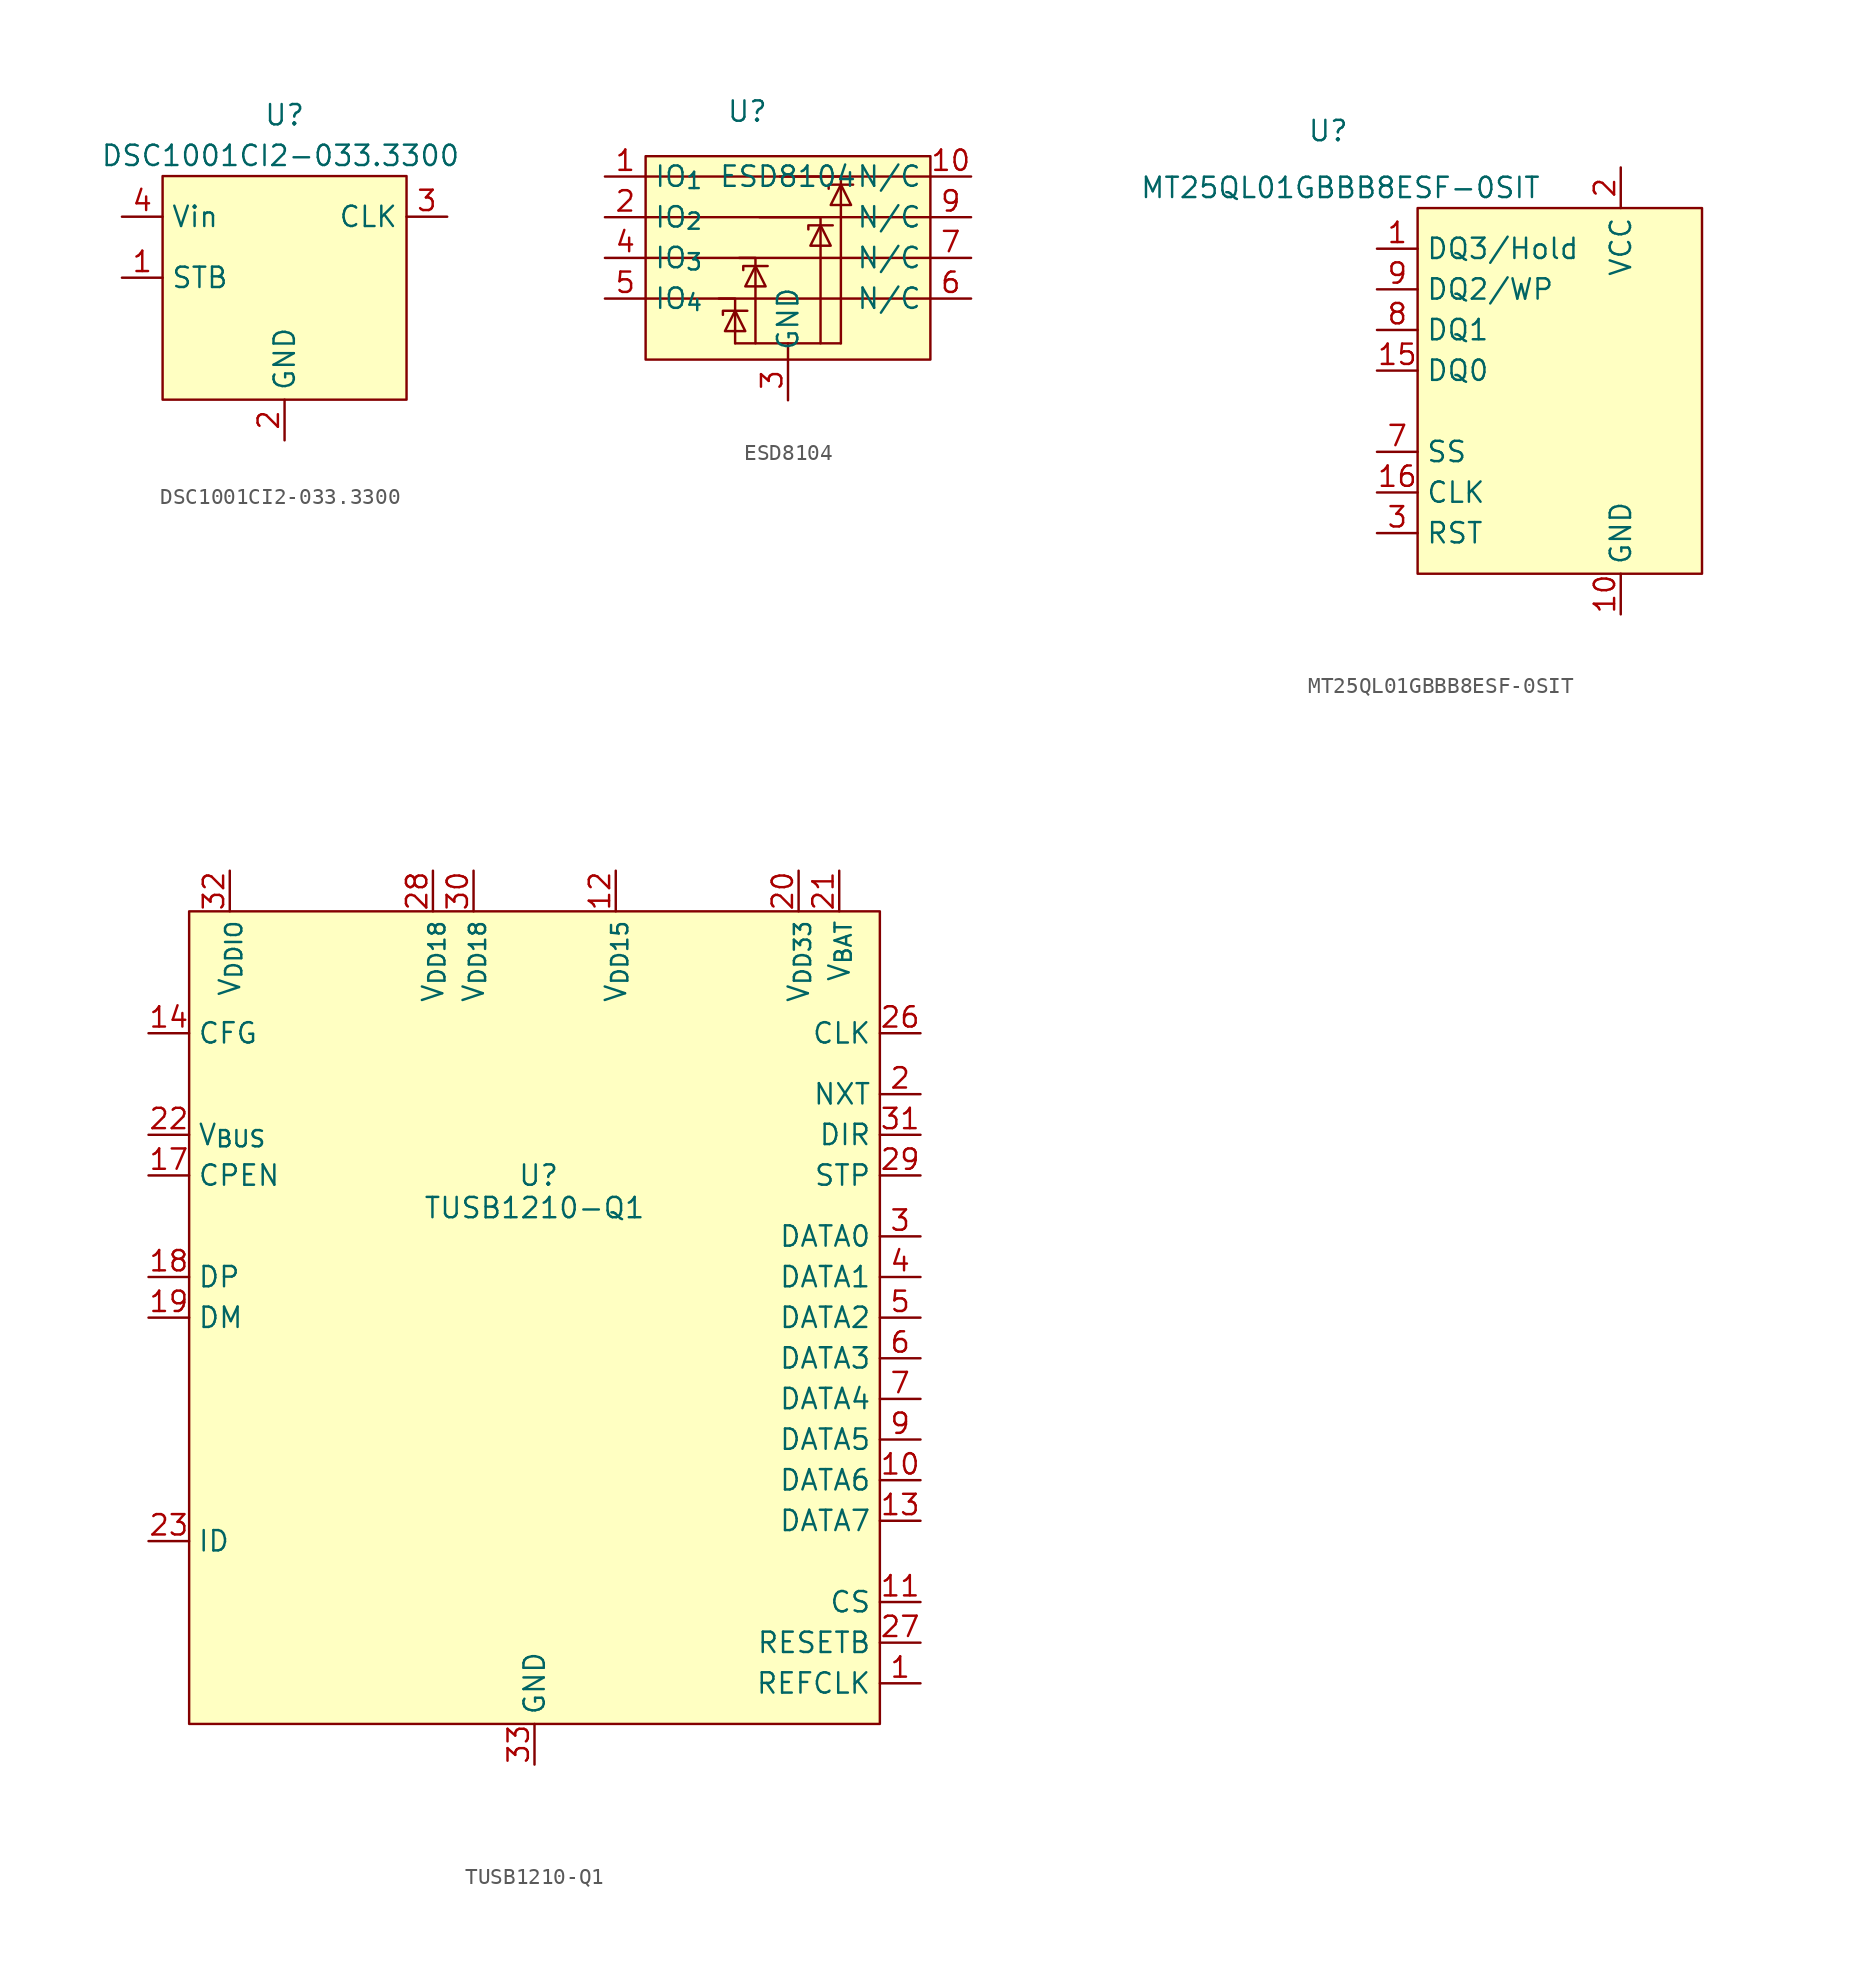
<source format=kicad_sym>
(kicad_symbol_lib
  (version 20241209)
  (generator "kicad_symbol_editor")
  (generator_version "9.0")
  (symbol "DSC1001CI2-033.3300"
    (property "Reference" "U"
      (at 0 10.16 0)
      (effects (font (size 1.27 1.27))))
    (property "Value" "DSC1001CI2-033.3300"
      (at -0.254 7.62 0)
      (effects (font (size 1.27 1.27))))
    (symbol "DSC1001CI2-033.3300_1_1"
      (rectangle (start -7.62 6.35) (end 7.62 -7.62) (stroke (width 0) (type solid)) (fill (type background)))
      (pin power_in line (at -10.16 3.81 0) (length 2.54) (name "Vin" (effects (font (size 1.27 1.27)))) (number "4" (effects (font (size 1.27 1.27)))))
      (pin input line (at -10.16 0 0) (length 2.54) (name "STB" (effects (font (size 1.27 1.27)))) (number "1" (effects (font (size 1.27 1.27)))))
      (pin power_in line (at 0 -10.16 90) (length 2.54) (name "GND" (effects (font (size 1.27 1.27)))) (number "2" (effects (font (size 1.27 1.27)))))
      (pin output line (at 10.16 3.81 180) (length 2.54) (name "CLK" (effects (font (size 1.27 1.27)))) (number "3" (effects (font (size 1.27 1.27)))))))
  (symbol "ESD8104"
    (property "Reference" "U"
      (at -2.54 4.064 0)
      (effects (font (size 1.27 1.27))))
    (property "Value" "ESD8104"
      (at 0 0 0)
      (effects (font (size 1.27 1.27))))
    (symbol "ESD8104_0_1"
      (polyline (pts (xy -4.064 -8.636) (xy -4.064 -8.382) (xy -2.667 -8.382) (xy -2.54 -8.382)) (stroke (width 0) (type default)) (fill (type none)))
      (polyline (pts (xy -3.302 -8.382) (xy -2.667 -9.652) (xy -3.937 -9.652) (xy -3.302 -8.382)) (stroke (width 0) (type default)) (fill (type none)))
      (polyline (pts (xy -2.794 -5.842) (xy -2.794 -5.588) (xy -1.397 -5.588) (xy -1.27 -5.588)) (stroke (width 0) (type default)) (fill (type none)))
      (polyline (pts (xy -2.032 -5.588) (xy -1.397 -6.858) (xy -2.667 -6.858) (xy -2.032 -5.588)) (stroke (width 0) (type default)) (fill (type none)))
      (polyline (pts (xy 1.27 -3.302) (xy 1.27 -3.048) (xy 2.667 -3.048) (xy 2.794 -3.048)) (stroke (width 0) (type default)) (fill (type none)))
      (polyline (pts (xy 2.032 -3.048) (xy 2.667 -4.318) (xy 1.397 -4.318) (xy 2.032 -3.048)) (stroke (width 0) (type default)) (fill (type none)))
      (polyline (pts (xy 2.54 -0.762) (xy 2.54 -0.508) (xy 3.937 -0.508) (xy 4.064 -0.508)) (stroke (width 0) (type default)) (fill (type none)))
      (polyline (pts (xy 3.302 -0.508) (xy 3.937 -1.778) (xy 2.667 -1.778) (xy 3.302 -0.508)) (stroke (width 0) (type default)) (fill (type none))))
    (symbol "ESD8104_1_1"
      (rectangle (start -8.89 1.27) (end 8.89 -11.43) (stroke (width 0) (type solid)) (fill (type background)))
      (polyline (pts (xy -8.89 0) (xy 3.302 0) (xy 3.302 -10.414)) (stroke (width 0) (type default)) (fill (type none)))
      (polyline (pts (xy -8.89 -2.54) (xy 2.032 -2.54) (xy 2.032 -10.414)) (stroke (width 0) (type default)) (fill (type none)))
      (polyline (pts (xy -8.89 -5.08) (xy -2.032 -5.08) (xy -2.032 -10.414)) (stroke (width 0) (type default)) (fill (type none)))
      (polyline (pts (xy -8.89 -7.62) (xy -3.302 -7.62) (xy -3.302 -10.414)) (stroke (width 0) (type default)) (fill (type none)))
      (polyline (pts (xy -4.318 -7.62) (xy 8.89 -7.62)) (stroke (width 0) (type default)) (fill (type none)))
      (polyline (pts (xy -3.302 -10.414) (xy 3.302 -10.414)) (stroke (width 0) (type default)) (fill (type none)))
      (polyline (pts (xy -3.048 -5.08) (xy 8.89 -5.08)) (stroke (width 0) (type default)) (fill (type none)))
      (polyline (pts (xy -1.778 -2.54) (xy 8.89 -2.54)) (stroke (width 0) (type default)) (fill (type none)))
      (polyline (pts (xy -0.508 0) (xy 8.89 0)) (stroke (width 0) (type default)) (fill (type none)))
      (polyline (pts (xy 0 -11.43) (xy 0 -10.414)) (stroke (width 0) (type default)) (fill (type none)))
      (pin bidirectional line (at -11.43 0 0) (length 2.54) (name "IO_{1}" (effects (font (size 1.27 1.27)))) (number "1" (effects (font (size 1.27 1.27)))))
      (pin bidirectional line (at -11.43 -2.54 0) (length 2.54) (name "IO_{2}" (effects (font (size 1.27 1.27)))) (number "2" (effects (font (size 1.27 1.27)))))
      (pin bidirectional line (at -11.43 -5.08 0) (length 2.54) (name "IO_{3}" (effects (font (size 1.27 1.27)))) (number "4" (effects (font (size 1.27 1.27)))))
      (pin bidirectional line (at -11.43 -7.62 0) (length 2.54) (name "IO_{4}" (effects (font (size 1.27 1.27)))) (number "5" (effects (font (size 1.27 1.27)))))
      (pin power_in line (at 0 -13.97 90) (length 2.54) (name "GND" (effects (font (size 1.27 1.27)))) (number "3" (effects (font (size 1.27 1.27)))))
      (pin bidirectional line (at 11.43 0 180) (length 2.54) (name "N/C" (effects (font (size 1.27 1.27)))) (number "10" (effects (font (size 1.27 1.27)))))
      (pin bidirectional line (at 11.43 -2.54 180) (length 2.54) (name "N/C" (effects (font (size 1.27 1.27)))) (number "9" (effects (font (size 1.27 1.27)))))
      (pin bidirectional line (at 11.43 -5.08 180) (length 2.54) (name "N/C" (effects (font (size 1.27 1.27)))) (number "7" (effects (font (size 1.27 1.27)))))
      (pin bidirectional line (at 11.43 -7.62 180) (length 2.54) (name "N/C" (effects (font (size 1.27 1.27)))) (number "6" (effects (font (size 1.27 1.27)))))))
  (symbol "MT25QL01GBBB8ESF-0SIT"
    (property "Reference" "U"
      (at -14.478 4.826 0)
      (effects (font (size 1.27 1.27))))
    (property "Value" "MT25QL01GBBB8ESF-0SIT"
      (at -13.716 1.27 0)
      (effects (font (size 1.27 1.27))))
    (symbol "MT25QL01GBBB8ESF-0SIT_1_1"
      (rectangle (start -8.89 0) (end 8.89 -22.86) (stroke (width 0) (type solid)) (fill (type background)))
      (pin bidirectional line (at -11.43 -2.54 0) (length 2.54) (name "DQ3/Hold" (effects (font (size 1.27 1.27)))) (number "1" (effects (font (size 1.27 1.27)))))
      (pin bidirectional line (at -11.43 -5.08 0) (length 2.54) (name "DQ2/WP" (effects (font (size 1.27 1.27)))) (number "9" (effects (font (size 1.27 1.27)))))
      (pin bidirectional line (at -11.43 -7.62 0) (length 2.54) (name "DQ1" (effects (font (size 1.27 1.27)))) (number "8" (effects (font (size 1.27 1.27)))))
      (pin bidirectional line (at -11.43 -10.16 0) (length 2.54) (name "DQ0" (effects (font (size 1.27 1.27)))) (number "15" (effects (font (size 1.27 1.27)))))
      (pin bidirectional line (at -11.43 -15.24 0) (length 2.54) (name "SS" (effects (font (size 1.27 1.27)))) (number "7" (effects (font (size 1.27 1.27)))))
      (pin bidirectional line (at -11.43 -17.78 0) (length 2.54) (name "CLK" (effects (font (size 1.27 1.27)))) (number "16" (effects (font (size 1.27 1.27)))))
      (pin bidirectional line (at -11.43 -20.32 0) (length 2.54) (name "RST" (effects (font (size 1.27 1.27)))) (number "3" (effects (font (size 1.27 1.27)))))
      (pin bidirectional line (at 3.81 2.54 270) (length 2.54) (name "VCC" (effects (font (size 1.27 1.27)))) (number "2" (effects (font (size 1.27 1.27)))))
      (pin bidirectional line (at 3.81 -25.4 90) (length 2.54) (name "GND" (effects (font (size 1.27 1.27)))) (number "10" (effects (font (size 1.27 1.27)))))
      (pin no_connect line (at 11.43 -2.54 180) (length 2.54) (hide yes) (name "NC" (effects (font (size 1.27 1.27)))) (number "4" (effects (font (size 1.27 1.27)))))
      (pin no_connect line (at 11.43 -5.08 180) (length 2.54) (hide yes) (name "NC" (effects (font (size 1.27 1.27)))) (number "5" (effects (font (size 1.27 1.27)))))
      (pin no_connect line (at 11.43 -7.62 180) (length 2.54) (hide yes) (name "NC" (effects (font (size 1.27 1.27)))) (number "6" (effects (font (size 1.27 1.27)))))
      (pin no_connect line (at 11.43 -10.16 180) (length 2.54) (hide yes) (name "NC" (effects (font (size 1.27 1.27)))) (number "11" (effects (font (size 1.27 1.27)))))
      (pin no_connect line (at 11.43 -12.7 180) (length 2.54) (hide yes) (name "NC" (effects (font (size 1.27 1.27)))) (number "12" (effects (font (size 1.27 1.27)))))
      (pin no_connect line (at 11.43 -15.24 180) (length 2.54) (hide yes) (name "NC" (effects (font (size 1.27 1.27)))) (number "13" (effects (font (size 1.27 1.27)))))
      (pin no_connect line (at 11.43 -17.78 180) (length 2.54) (hide yes) (name "NC" (effects (font (size 1.27 1.27)))) (number "14" (effects (font (size 1.27 1.27)))))))
  (symbol "TUSB1210-Q1"
    (property "Reference" "U"
      (at 0.254 1.27 0)
      (effects (font (size 1.27 1.27))))
    (property "Value" "TUSB1210-Q1"
      (at 0 -0.762 0)
      (effects (font (size 1.27 1.27))))
    (symbol "TUSB1210-Q1_1_1"
      (rectangle (start -21.59 17.78) (end 21.59 -33.02) (stroke (width 0) (type solid)) (fill (type background)))
      (pin input line (at -24.13 10.16 0) (length 2.54) (name "CFG" (effects (font (size 1.27 1.27)))) (number "14" (effects (font (size 1.27 1.27)))))
      (pin power_in line (at -24.13 3.81 0) (length 2.54) (name "V_{BUS}" (effects (font (size 1.27 1.27)))) (number "22" (effects (font (size 1.27 1.27)))))
      (pin input line (at -24.13 1.27 0) (length 2.54) (name "CPEN" (effects (font (size 1.27 1.27)))) (number "17" (effects (font (size 1.27 1.27)))))
      (pin input line (at -24.13 -5.08 0) (length 2.54) (name "DP" (effects (font (size 1.27 1.27)))) (number "18" (effects (font (size 1.27 1.27)))))
      (pin input line (at -24.13 -7.62 0) (length 2.54) (name "DM" (effects (font (size 1.27 1.27)))) (number "19" (effects (font (size 1.27 1.27)))))
      (pin input line (at -24.13 -21.59 0) (length 2.54) (name "ID" (effects (font (size 1.27 1.27)))) (number "23" (effects (font (size 1.27 1.27)))))
      (pin power_in line (at -19.05 20.32 270) (length 2.54) (name "V_{DDIO}" (effects (font (size 1.27 1.27)))) (number "32" (effects (font (size 1.27 1.27)))))
      (pin no_connect line (at -15.24 -35.56 90) (length 2.54) (hide yes) (name "N/C" (effects (font (size 1.27 1.27)))) (number "8" (effects (font (size 1.27 1.27)))))
      (pin no_connect line (at -12.7 -35.56 90) (length 2.54) (hide yes) (name "N/C" (effects (font (size 1.27 1.27)))) (number "15" (effects (font (size 1.27 1.27)))))
      (pin no_connect line (at -10.16 -35.56 90) (length 2.54) (hide yes) (name "N/C" (effects (font (size 1.27 1.27)))) (number "16" (effects (font (size 1.27 1.27)))))
      (pin no_connect line (at -7.62 -35.56 90) (length 2.54) (hide yes) (name "N/C" (effects (font (size 1.27 1.27)))) (number "24" (effects (font (size 1.27 1.27)))))
      (pin power_in line (at -6.35 20.32 270) (length 2.54) (name "V_{DD18}" (effects (font (size 1.27 1.27)))) (number "28" (effects (font (size 1.27 1.27)))))
      (pin no_connect line (at -5.08 -35.56 90) (length 2.54) (hide yes) (name "N/C" (effects (font (size 1.27 1.27)))) (number "25" (effects (font (size 1.27 1.27)))))
      (pin power_in line (at -3.81 20.32 270) (length 2.54) (name "V_{DD18}" (effects (font (size 1.27 1.27)))) (number "30" (effects (font (size 1.27 1.27)))))
      (pin power_in line (at 0 -35.56 90) (length 2.54) (name "GND" (effects (font (size 1.27 1.27)))) (number "33" (effects (font (size 1.27 1.27)))))
      (pin power_in line (at 5.08 20.32 270) (length 2.54) (name "V_{DD15}" (effects (font (size 1.27 1.27)))) (number "12" (effects (font (size 1.27 1.27)))))
      (pin power_in line (at 16.51 20.32 270) (length 2.54) (name "V_{DD33}" (effects (font (size 1.27 1.27)))) (number "20" (effects (font (size 1.27 1.27)))))
      (pin power_in line (at 19.05 20.32 270) (length 2.54) (name "V_{BAT}" (effects (font (size 1.27 1.27)))) (number "21" (effects (font (size 1.27 1.27)))))
      (pin input line (at 24.13 10.16 180) (length 2.54) (name "CLK" (effects (font (size 1.27 1.27)))) (number "26" (effects (font (size 1.27 1.27)))))
      (pin input line (at 24.13 6.35 180) (length 2.54) (name "NXT" (effects (font (size 1.27 1.27)))) (number "2" (effects (font (size 1.27 1.27)))))
      (pin input line (at 24.13 3.81 180) (length 2.54) (name "DIR" (effects (font (size 1.27 1.27)))) (number "31" (effects (font (size 1.27 1.27)))))
      (pin input line (at 24.13 1.27 180) (length 2.54) (name "STP" (effects (font (size 1.27 1.27)))) (number "29" (effects (font (size 1.27 1.27)))))
      (pin input line (at 24.13 -2.54 180) (length 2.54) (name "DATA0" (effects (font (size 1.27 1.27)))) (number "3" (effects (font (size 1.27 1.27)))))
      (pin input line (at 24.13 -5.08 180) (length 2.54) (name "DATA1" (effects (font (size 1.27 1.27)))) (number "4" (effects (font (size 1.27 1.27)))))
      (pin input line (at 24.13 -7.62 180) (length 2.54) (name "DATA2" (effects (font (size 1.27 1.27)))) (number "5" (effects (font (size 1.27 1.27)))))
      (pin input line (at 24.13 -10.16 180) (length 2.54) (name "DATA3" (effects (font (size 1.27 1.27)))) (number "6" (effects (font (size 1.27 1.27)))))
      (pin input line (at 24.13 -12.7 180) (length 2.54) (name "DATA4" (effects (font (size 1.27 1.27)))) (number "7" (effects (font (size 1.27 1.27)))))
      (pin input line (at 24.13 -15.24 180) (length 2.54) (name "DATA5" (effects (font (size 1.27 1.27)))) (number "9" (effects (font (size 1.27 1.27)))))
      (pin input line (at 24.13 -17.78 180) (length 2.54) (name "DATA6" (effects (font (size 1.27 1.27)))) (number "10" (effects (font (size 1.27 1.27)))))
      (pin input line (at 24.13 -20.32 180) (length 2.54) (name "DATA7" (effects (font (size 1.27 1.27)))) (number "13" (effects (font (size 1.27 1.27)))))
      (pin input line (at 24.13 -25.4 180) (length 2.54) (name "CS" (effects (font (size 1.27 1.27)))) (number "11" (effects (font (size 1.27 1.27)))))
      (pin input line (at 24.13 -27.94 180) (length 2.54) (name "RESETB" (effects (font (size 1.27 1.27)))) (number "27" (effects (font (size 1.27 1.27)))))
      (pin input line (at 24.13 -30.48 180) (length 2.54) (name "REFCLK" (effects (font (size 1.27 1.27)))) (number "1" (effects (font (size 1.27 1.27))))))))
</source>
